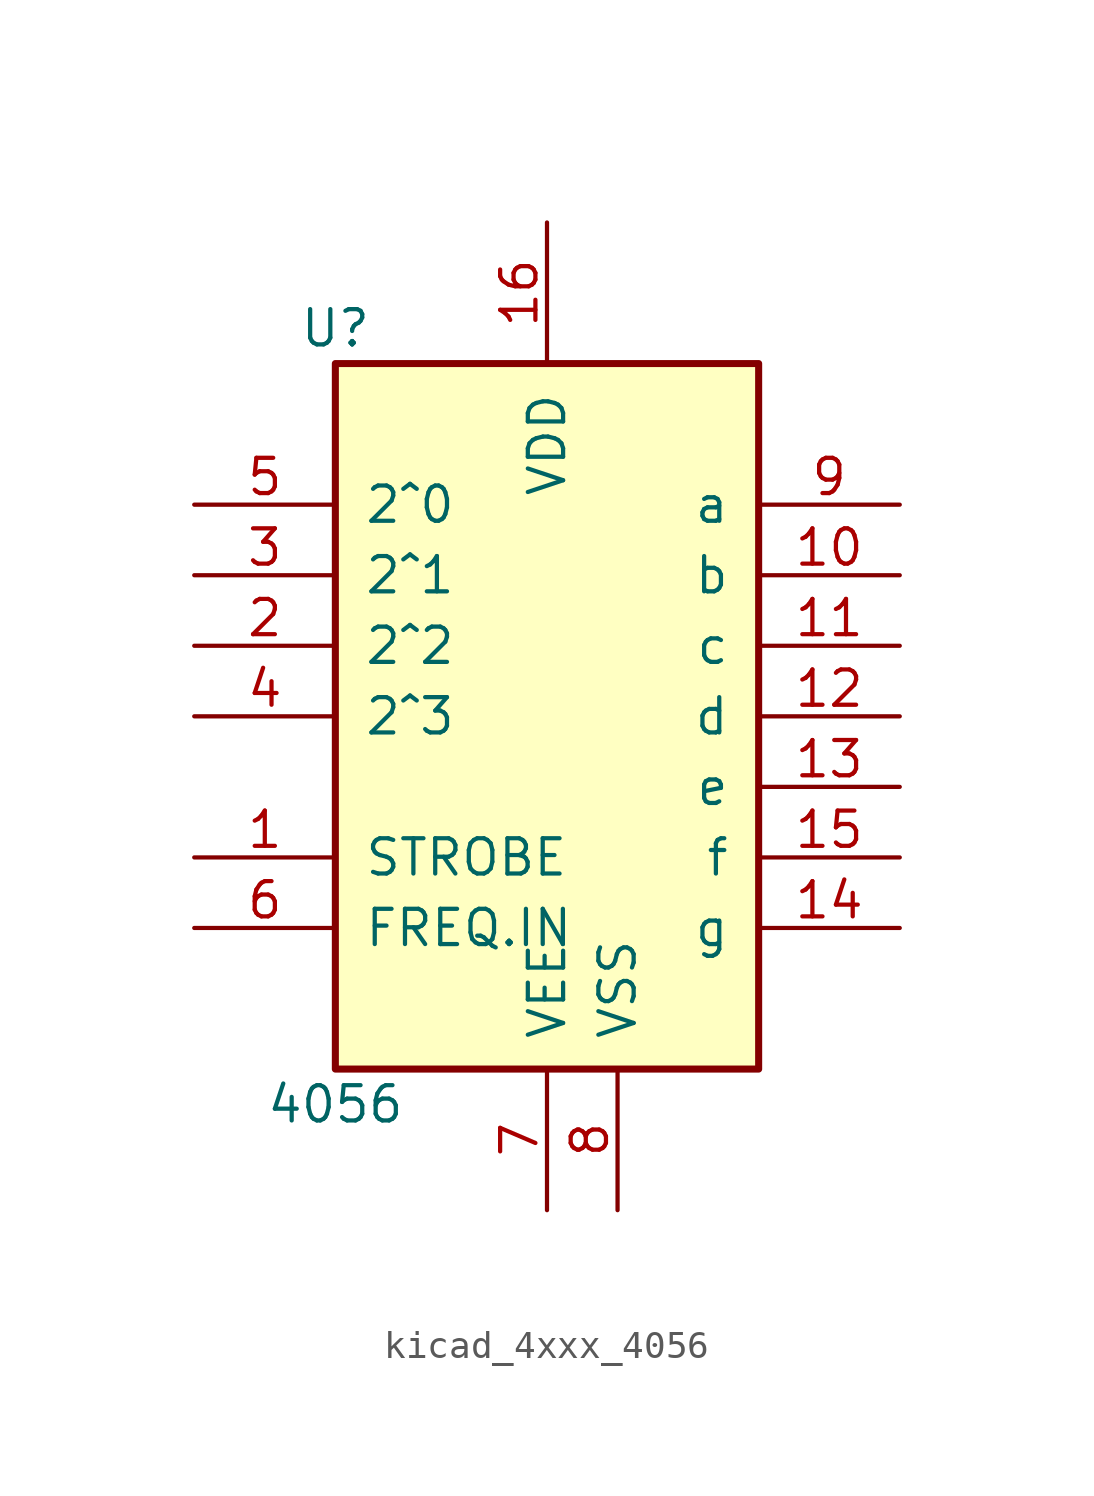
<source format=kicad_sym>
(kicad_symbol_lib
  (version 20220914)
  (generator kicad_symbol_editor)
  (symbol "kicad_4xxx_4056"
    (pin_names
      (offset 1.016))
    (property "Reference" "U"
      (at -7.62 13.97 0)
      (effects (font (size 1.27 1.27))))
    (property "Value" "4056"
      (at -7.62 -13.97 0)
      (effects (font (size 1.27 1.27))))
    (property "ki_locked" ""
      (at 0 0 0)
      (effects (font (size 1.27 1.27))))
    (symbol "kicad_4xxx_4056_1_0"
      (pin input line (at -12.7 -5.08 0) (length 5.08) (name "STROBE" (effects (font (size 1.27 1.27)))) (number "1" (effects (font (size 1.27 1.27)))))
      (pin output line (at 12.7 5.08 180) (length 5.08) (name "b" (effects (font (size 1.27 1.27)))) (number "10" (effects (font (size 1.27 1.27)))))
      (pin output line (at 12.7 2.54 180) (length 5.08) (name "c" (effects (font (size 1.27 1.27)))) (number "11" (effects (font (size 1.27 1.27)))))
      (pin output line (at 12.7 0 180) (length 5.08) (name "d" (effects (font (size 1.27 1.27)))) (number "12" (effects (font (size 1.27 1.27)))))
      (pin output line (at 12.7 -2.54 180) (length 5.08) (name "e" (effects (font (size 1.27 1.27)))) (number "13" (effects (font (size 1.27 1.27)))))
      (pin output line (at 12.7 -7.62 180) (length 5.08) (name "g" (effects (font (size 1.27 1.27)))) (number "14" (effects (font (size 1.27 1.27)))))
      (pin output line (at 12.7 -5.08 180) (length 5.08) (name "f" (effects (font (size 1.27 1.27)))) (number "15" (effects (font (size 1.27 1.27)))))
      (pin power_in line (at 0 17.78 270) (length 5.08) (name "VDD" (effects (font (size 1.27 1.27)))) (number "16" (effects (font (size 1.27 1.27)))))
      (pin input line (at -12.7 2.54 0) (length 5.08) (name "2^2" (effects (font (size 1.27 1.27)))) (number "2" (effects (font (size 1.27 1.27)))))
      (pin input line (at -12.7 5.08 0) (length 5.08) (name "2^1" (effects (font (size 1.27 1.27)))) (number "3" (effects (font (size 1.27 1.27)))))
      (pin input line (at -12.7 0 0) (length 5.08) (name "2^3" (effects (font (size 1.27 1.27)))) (number "4" (effects (font (size 1.27 1.27)))))
      (pin input line (at -12.7 7.62 0) (length 5.08) (name "2^0" (effects (font (size 1.27 1.27)))) (number "5" (effects (font (size 1.27 1.27)))))
      (pin input line (at -12.7 -7.62 0) (length 5.08) (name "FREQ.IN" (effects (font (size 1.27 1.27)))) (number "6" (effects (font (size 1.27 1.27)))))
      (pin power_in line (at 0 -17.78 90) (length 5.08) (name "VEE" (effects (font (size 1.27 1.27)))) (number "7" (effects (font (size 1.27 1.27)))))
      (pin power_in line (at 2.54 -17.78 90) (length 5.08) (name "VSS" (effects (font (size 1.27 1.27)))) (number "8" (effects (font (size 1.27 1.27)))))
      (pin output line (at 12.7 7.62 180) (length 5.08) (name "a" (effects (font (size 1.27 1.27)))) (number "9" (effects (font (size 1.27 1.27))))))
    (symbol "kicad_4xxx_4056_1_1"
      (rectangle (start -7.62 12.7) (end 7.62 -12.7) (stroke (width 0.254) (type default)) (fill (type background))))))
</source>
